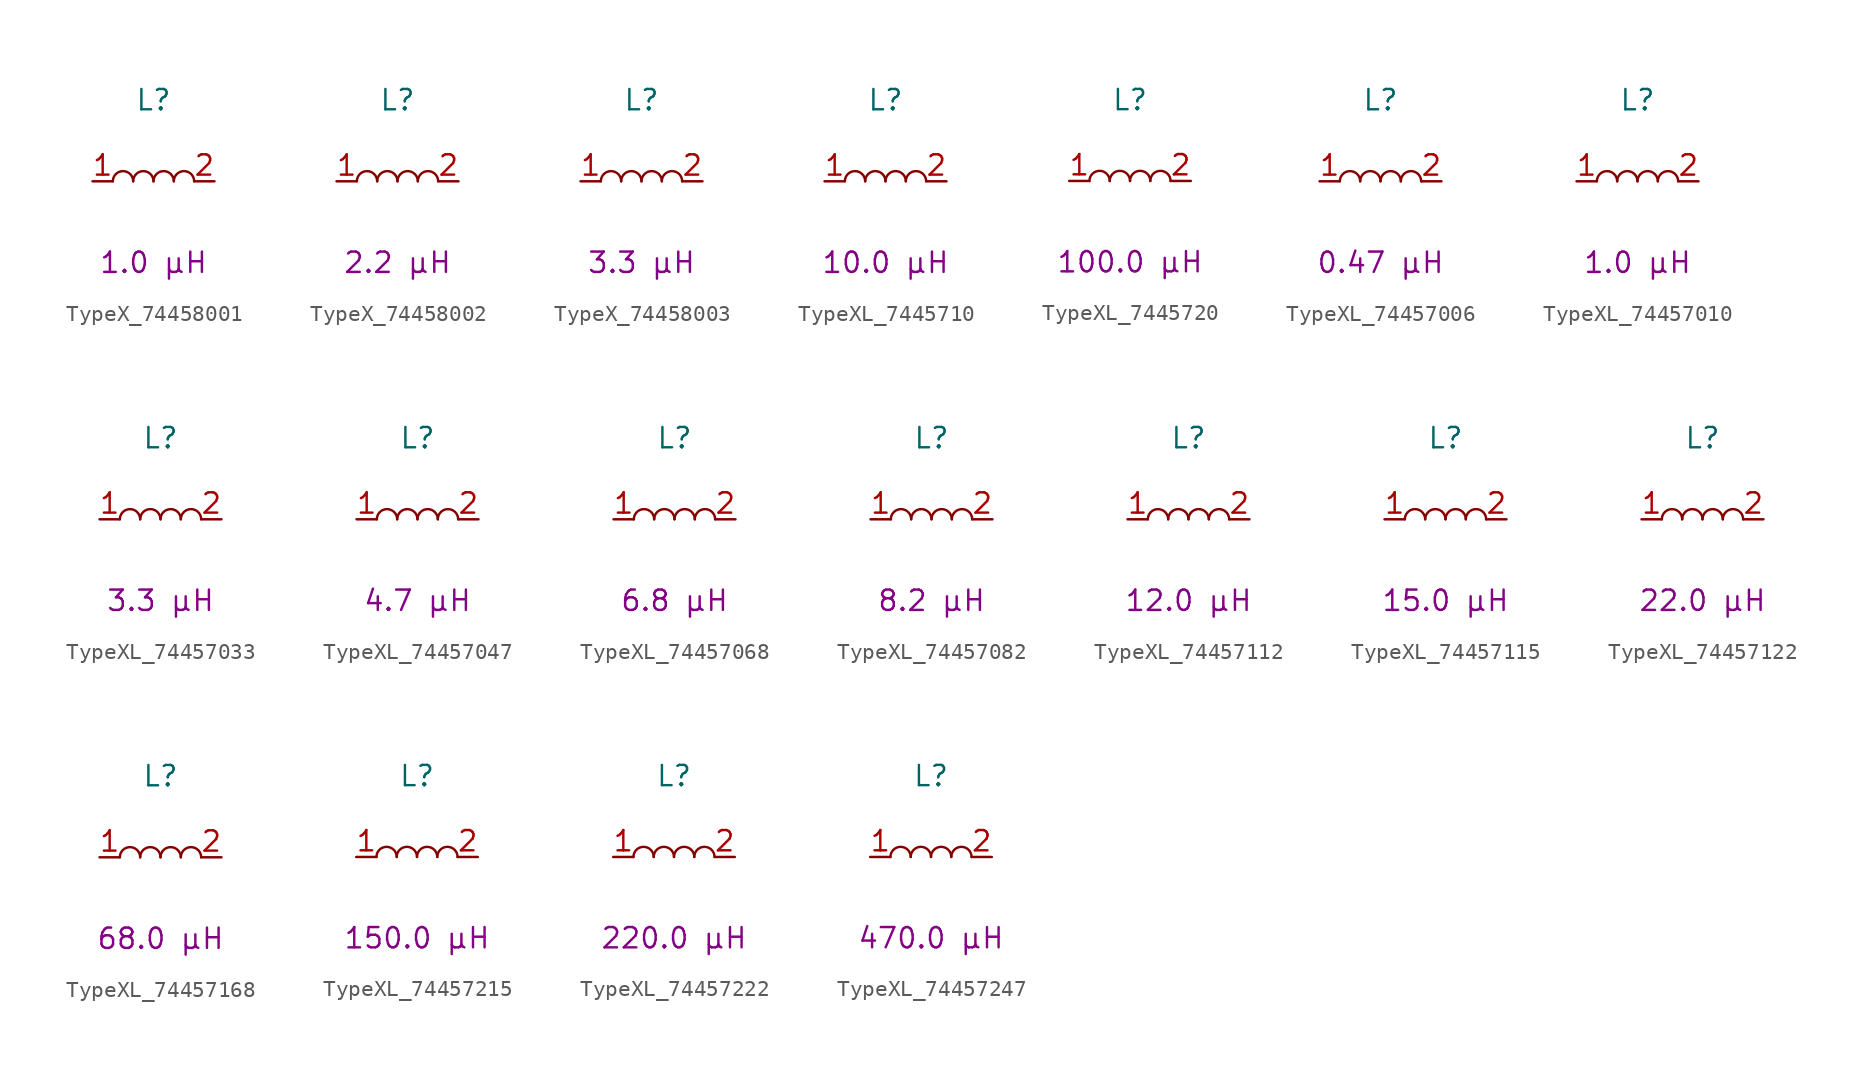
<source format=kicad_sym>
(kicad_symbol_lib
  (version 20220914)
  (generator kicad_symbol_editor)
  (symbol "TypeX_74458001"
    (pin_names hide)
    (property "Reference" "L"
      (at 0 5.08 0)
      (effects (font (size 1.27 1.27))))
    (property "Critical Parameter" "1.0 µH"
      (at 0 -5.08 0)
      (effects (font (size 1.27 1.27))))
    (symbol "TypeX_74458001_0_1"
      (arc (start -1.27 0) (mid -1.905 0.6323) (end -2.54 0) (stroke (width 0) (type default)) (fill (type none)))
      (arc (start 0 0) (mid -0.635 0.6323) (end -1.27 0) (stroke (width 0) (type default)) (fill (type none)))
      (arc (start 1.27 0) (mid 0.635 0.6323) (end 0 0) (stroke (width 0) (type default)) (fill (type none)))
      (arc (start 2.54 0) (mid 1.905 0.6323) (end 1.27 0) (stroke (width 0) (type default)) (fill (type none))))
    (symbol "TypeX_74458001_1_1"
      (pin passive line (at -3.81 0 0) (length 1.27) (name "1" (effects (font (size 1.27 1.27)))) (number "1" (effects (font (size 1.27 1.27)))))
      (pin passive line (at 3.81 0 180) (length 1.27) (name "2" (effects (font (size 1.27 1.27)))) (number "2" (effects (font (size 1.27 1.27)))))))
  (symbol "TypeX_74458002"
    (pin_names hide)
    (property "Reference" "L"
      (at 0 5.08 0)
      (effects (font (size 1.27 1.27))))
    (property "Critical Parameter" "2.2 µH"
      (at 0 -5.08 0)
      (effects (font (size 1.27 1.27))))
    (symbol "TypeX_74458002_0_1"
      (arc (start -1.27 0) (mid -1.905 0.6323) (end -2.54 0) (stroke (width 0) (type default)) (fill (type none)))
      (arc (start 0 0) (mid -0.635 0.6323) (end -1.27 0) (stroke (width 0) (type default)) (fill (type none)))
      (arc (start 1.27 0) (mid 0.635 0.6323) (end 0 0) (stroke (width 0) (type default)) (fill (type none)))
      (arc (start 2.54 0) (mid 1.905 0.6323) (end 1.27 0) (stroke (width 0) (type default)) (fill (type none))))
    (symbol "TypeX_74458002_1_1"
      (pin passive line (at -3.81 0 0) (length 1.27) (name "1" (effects (font (size 1.27 1.27)))) (number "1" (effects (font (size 1.27 1.27)))))
      (pin passive line (at 3.81 0 180) (length 1.27) (name "2" (effects (font (size 1.27 1.27)))) (number "2" (effects (font (size 1.27 1.27)))))))
  (symbol "TypeX_74458003"
    (pin_names hide)
    (property "Reference" "L"
      (at 0 5.08 0)
      (effects (font (size 1.27 1.27))))
    (property "Critical Parameter" "3.3 µH"
      (at 0 -5.08 0)
      (effects (font (size 1.27 1.27))))
    (symbol "TypeX_74458003_0_1"
      (arc (start -1.27 0) (mid -1.905 0.6323) (end -2.54 0) (stroke (width 0) (type default)) (fill (type none)))
      (arc (start 0 0) (mid -0.635 0.6323) (end -1.27 0) (stroke (width 0) (type default)) (fill (type none)))
      (arc (start 1.27 0) (mid 0.635 0.6323) (end 0 0) (stroke (width 0) (type default)) (fill (type none)))
      (arc (start 2.54 0) (mid 1.905 0.6323) (end 1.27 0) (stroke (width 0) (type default)) (fill (type none))))
    (symbol "TypeX_74458003_1_1"
      (pin passive line (at -3.81 0 0) (length 1.27) (name "1" (effects (font (size 1.27 1.27)))) (number "1" (effects (font (size 1.27 1.27)))))
      (pin passive line (at 3.81 0 180) (length 1.27) (name "2" (effects (font (size 1.27 1.27)))) (number "2" (effects (font (size 1.27 1.27)))))))
  (symbol "TypeXL_7445710"
    (pin_names hide)
    (property "Reference" "L"
      (at 0 5.08 0)
      (effects (font (size 1.27 1.27))))
    (property "Critical Parameter" "10.0 µH"
      (at 0 -5.08 0)
      (effects (font (size 1.27 1.27))))
    (symbol "TypeXL_7445710_0_1"
      (arc (start -1.27 0) (mid -1.905 0.6323) (end -2.54 0) (stroke (width 0) (type default)) (fill (type none)))
      (arc (start 0 0) (mid -0.635 0.6323) (end -1.27 0) (stroke (width 0) (type default)) (fill (type none)))
      (arc (start 1.27 0) (mid 0.635 0.6323) (end 0 0) (stroke (width 0) (type default)) (fill (type none)))
      (arc (start 2.54 0) (mid 1.905 0.6323) (end 1.27 0) (stroke (width 0) (type default)) (fill (type none))))
    (symbol "TypeXL_7445710_1_1"
      (pin passive line (at -3.81 0 0) (length 1.27) (name "1" (effects (font (size 1.27 1.27)))) (number "1" (effects (font (size 1.27 1.27)))))
      (pin passive line (at 3.81 0 180) (length 1.27) (name "2" (effects (font (size 1.27 1.27)))) (number "2" (effects (font (size 1.27 1.27)))))))
  (symbol "TypeXL_7445720"
    (pin_names hide)
    (property "Reference" "L"
      (at 0 5.08 0)
      (effects (font (size 1.27 1.27))))
    (property "Critical Parameter" "100.0 µH"
      (at 0 -5.08 0)
      (effects (font (size 1.27 1.27))))
    (symbol "TypeXL_7445720_0_1"
      (arc (start -1.27 0) (mid -1.905 0.6323) (end -2.54 0) (stroke (width 0) (type default)) (fill (type none)))
      (arc (start 0 0) (mid -0.635 0.6323) (end -1.27 0) (stroke (width 0) (type default)) (fill (type none)))
      (arc (start 1.27 0) (mid 0.635 0.6323) (end 0 0) (stroke (width 0) (type default)) (fill (type none)))
      (arc (start 2.54 0) (mid 1.905 0.6323) (end 1.27 0) (stroke (width 0) (type default)) (fill (type none))))
    (symbol "TypeXL_7445720_1_1"
      (pin passive line (at -3.81 0 0) (length 1.27) (name "1" (effects (font (size 1.27 1.27)))) (number "1" (effects (font (size 1.27 1.27)))))
      (pin passive line (at 3.81 0 180) (length 1.27) (name "2" (effects (font (size 1.27 1.27)))) (number "2" (effects (font (size 1.27 1.27)))))))
  (symbol "TypeXL_74457006"
    (pin_names hide)
    (property "Reference" "L"
      (at 0 5.08 0)
      (effects (font (size 1.27 1.27))))
    (property "Critical Parameter" "0.47 µH"
      (at 0 -5.08 0)
      (effects (font (size 1.27 1.27))))
    (symbol "TypeXL_74457006_0_1"
      (arc (start -1.27 0) (mid -1.905 0.6323) (end -2.54 0) (stroke (width 0) (type default)) (fill (type none)))
      (arc (start 0 0) (mid -0.635 0.6323) (end -1.27 0) (stroke (width 0) (type default)) (fill (type none)))
      (arc (start 1.27 0) (mid 0.635 0.6323) (end 0 0) (stroke (width 0) (type default)) (fill (type none)))
      (arc (start 2.54 0) (mid 1.905 0.6323) (end 1.27 0) (stroke (width 0) (type default)) (fill (type none))))
    (symbol "TypeXL_74457006_1_1"
      (pin passive line (at -3.81 0 0) (length 1.27) (name "1" (effects (font (size 1.27 1.27)))) (number "1" (effects (font (size 1.27 1.27)))))
      (pin passive line (at 3.81 0 180) (length 1.27) (name "2" (effects (font (size 1.27 1.27)))) (number "2" (effects (font (size 1.27 1.27)))))))
  (symbol "TypeXL_74457010"
    (pin_names hide)
    (property "Reference" "L"
      (at 0 5.08 0)
      (effects (font (size 1.27 1.27))))
    (property "Critical Parameter" "1.0 µH"
      (at 0 -5.08 0)
      (effects (font (size 1.27 1.27))))
    (symbol "TypeXL_74457010_0_1"
      (arc (start -1.27 0) (mid -1.905 0.6323) (end -2.54 0) (stroke (width 0) (type default)) (fill (type none)))
      (arc (start 0 0) (mid -0.635 0.6323) (end -1.27 0) (stroke (width 0) (type default)) (fill (type none)))
      (arc (start 1.27 0) (mid 0.635 0.6323) (end 0 0) (stroke (width 0) (type default)) (fill (type none)))
      (arc (start 2.54 0) (mid 1.905 0.6323) (end 1.27 0) (stroke (width 0) (type default)) (fill (type none))))
    (symbol "TypeXL_74457010_1_1"
      (pin passive line (at -3.81 0 0) (length 1.27) (name "1" (effects (font (size 1.27 1.27)))) (number "1" (effects (font (size 1.27 1.27)))))
      (pin passive line (at 3.81 0 180) (length 1.27) (name "2" (effects (font (size 1.27 1.27)))) (number "2" (effects (font (size 1.27 1.27)))))))
  (symbol "TypeXL_74457033"
    (pin_names hide)
    (property "Reference" "L"
      (at 0 5.08 0)
      (effects (font (size 1.27 1.27))))
    (property "Critical Parameter" "3.3 µH"
      (at 0 -5.08 0)
      (effects (font (size 1.27 1.27))))
    (symbol "TypeXL_74457033_0_1"
      (arc (start -1.27 0) (mid -1.905 0.6323) (end -2.54 0) (stroke (width 0) (type default)) (fill (type none)))
      (arc (start 0 0) (mid -0.635 0.6323) (end -1.27 0) (stroke (width 0) (type default)) (fill (type none)))
      (arc (start 1.27 0) (mid 0.635 0.6323) (end 0 0) (stroke (width 0) (type default)) (fill (type none)))
      (arc (start 2.54 0) (mid 1.905 0.6323) (end 1.27 0) (stroke (width 0) (type default)) (fill (type none))))
    (symbol "TypeXL_74457033_1_1"
      (pin passive line (at -3.81 0 0) (length 1.27) (name "1" (effects (font (size 1.27 1.27)))) (number "1" (effects (font (size 1.27 1.27)))))
      (pin passive line (at 3.81 0 180) (length 1.27) (name "2" (effects (font (size 1.27 1.27)))) (number "2" (effects (font (size 1.27 1.27)))))))
  (symbol "TypeXL_74457047"
    (pin_names hide)
    (property "Reference" "L"
      (at 0 5.08 0)
      (effects (font (size 1.27 1.27))))
    (property "Critical Parameter" "4.7 µH"
      (at 0 -5.08 0)
      (effects (font (size 1.27 1.27))))
    (symbol "TypeXL_74457047_0_1"
      (arc (start -1.27 0) (mid -1.905 0.6323) (end -2.54 0) (stroke (width 0) (type default)) (fill (type none)))
      (arc (start 0 0) (mid -0.635 0.6323) (end -1.27 0) (stroke (width 0) (type default)) (fill (type none)))
      (arc (start 1.27 0) (mid 0.635 0.6323) (end 0 0) (stroke (width 0) (type default)) (fill (type none)))
      (arc (start 2.54 0) (mid 1.905 0.6323) (end 1.27 0) (stroke (width 0) (type default)) (fill (type none))))
    (symbol "TypeXL_74457047_1_1"
      (pin passive line (at -3.81 0 0) (length 1.27) (name "1" (effects (font (size 1.27 1.27)))) (number "1" (effects (font (size 1.27 1.27)))))
      (pin passive line (at 3.81 0 180) (length 1.27) (name "2" (effects (font (size 1.27 1.27)))) (number "2" (effects (font (size 1.27 1.27)))))))
  (symbol "TypeXL_74457068"
    (pin_names hide)
    (property "Reference" "L"
      (at 0 5.08 0)
      (effects (font (size 1.27 1.27))))
    (property "Critical Parameter" "6.8 µH"
      (at 0 -5.08 0)
      (effects (font (size 1.27 1.27))))
    (symbol "TypeXL_74457068_0_1"
      (arc (start -1.27 0) (mid -1.905 0.6323) (end -2.54 0) (stroke (width 0) (type default)) (fill (type none)))
      (arc (start 0 0) (mid -0.635 0.6323) (end -1.27 0) (stroke (width 0) (type default)) (fill (type none)))
      (arc (start 1.27 0) (mid 0.635 0.6323) (end 0 0) (stroke (width 0) (type default)) (fill (type none)))
      (arc (start 2.54 0) (mid 1.905 0.6323) (end 1.27 0) (stroke (width 0) (type default)) (fill (type none))))
    (symbol "TypeXL_74457068_1_1"
      (pin passive line (at -3.81 0 0) (length 1.27) (name "1" (effects (font (size 1.27 1.27)))) (number "1" (effects (font (size 1.27 1.27)))))
      (pin passive line (at 3.81 0 180) (length 1.27) (name "2" (effects (font (size 1.27 1.27)))) (number "2" (effects (font (size 1.27 1.27)))))))
  (symbol "TypeXL_74457082"
    (pin_names hide)
    (property "Reference" "L"
      (at 0 5.08 0)
      (effects (font (size 1.27 1.27))))
    (property "Critical Parameter" "8.2 µH"
      (at 0 -5.08 0)
      (effects (font (size 1.27 1.27))))
    (symbol "TypeXL_74457082_0_1"
      (arc (start -1.27 0) (mid -1.905 0.6323) (end -2.54 0) (stroke (width 0) (type default)) (fill (type none)))
      (arc (start 0 0) (mid -0.635 0.6323) (end -1.27 0) (stroke (width 0) (type default)) (fill (type none)))
      (arc (start 1.27 0) (mid 0.635 0.6323) (end 0 0) (stroke (width 0) (type default)) (fill (type none)))
      (arc (start 2.54 0) (mid 1.905 0.6323) (end 1.27 0) (stroke (width 0) (type default)) (fill (type none))))
    (symbol "TypeXL_74457082_1_1"
      (pin passive line (at -3.81 0 0) (length 1.27) (name "1" (effects (font (size 1.27 1.27)))) (number "1" (effects (font (size 1.27 1.27)))))
      (pin passive line (at 3.81 0 180) (length 1.27) (name "2" (effects (font (size 1.27 1.27)))) (number "2" (effects (font (size 1.27 1.27)))))))
  (symbol "TypeXL_74457112"
    (pin_names hide)
    (property "Reference" "L"
      (at 0 5.08 0)
      (effects (font (size 1.27 1.27))))
    (property "Critical Parameter" "12.0 µH"
      (at 0 -5.08 0)
      (effects (font (size 1.27 1.27))))
    (symbol "TypeXL_74457112_0_1"
      (arc (start -1.27 0) (mid -1.905 0.6323) (end -2.54 0) (stroke (width 0) (type default)) (fill (type none)))
      (arc (start 0 0) (mid -0.635 0.6323) (end -1.27 0) (stroke (width 0) (type default)) (fill (type none)))
      (arc (start 1.27 0) (mid 0.635 0.6323) (end 0 0) (stroke (width 0) (type default)) (fill (type none)))
      (arc (start 2.54 0) (mid 1.905 0.6323) (end 1.27 0) (stroke (width 0) (type default)) (fill (type none))))
    (symbol "TypeXL_74457112_1_1"
      (pin passive line (at -3.81 0 0) (length 1.27) (name "1" (effects (font (size 1.27 1.27)))) (number "1" (effects (font (size 1.27 1.27)))))
      (pin passive line (at 3.81 0 180) (length 1.27) (name "2" (effects (font (size 1.27 1.27)))) (number "2" (effects (font (size 1.27 1.27)))))))
  (symbol "TypeXL_74457115"
    (pin_names hide)
    (property "Reference" "L"
      (at 0 5.08 0)
      (effects (font (size 1.27 1.27))))
    (property "Critical Parameter" "15.0 µH"
      (at 0 -5.08 0)
      (effects (font (size 1.27 1.27))))
    (symbol "TypeXL_74457115_0_1"
      (arc (start -1.27 0) (mid -1.905 0.6323) (end -2.54 0) (stroke (width 0) (type default)) (fill (type none)))
      (arc (start 0 0) (mid -0.635 0.6323) (end -1.27 0) (stroke (width 0) (type default)) (fill (type none)))
      (arc (start 1.27 0) (mid 0.635 0.6323) (end 0 0) (stroke (width 0) (type default)) (fill (type none)))
      (arc (start 2.54 0) (mid 1.905 0.6323) (end 1.27 0) (stroke (width 0) (type default)) (fill (type none))))
    (symbol "TypeXL_74457115_1_1"
      (pin passive line (at -3.81 0 0) (length 1.27) (name "1" (effects (font (size 1.27 1.27)))) (number "1" (effects (font (size 1.27 1.27)))))
      (pin passive line (at 3.81 0 180) (length 1.27) (name "2" (effects (font (size 1.27 1.27)))) (number "2" (effects (font (size 1.27 1.27)))))))
  (symbol "TypeXL_74457122"
    (pin_names hide)
    (property "Reference" "L"
      (at 0 5.08 0)
      (effects (font (size 1.27 1.27))))
    (property "Critical Parameter" "22.0 µH"
      (at 0 -5.08 0)
      (effects (font (size 1.27 1.27))))
    (symbol "TypeXL_74457122_0_1"
      (arc (start -1.27 0) (mid -1.905 0.6323) (end -2.54 0) (stroke (width 0) (type default)) (fill (type none)))
      (arc (start 0 0) (mid -0.635 0.6323) (end -1.27 0) (stroke (width 0) (type default)) (fill (type none)))
      (arc (start 1.27 0) (mid 0.635 0.6323) (end 0 0) (stroke (width 0) (type default)) (fill (type none)))
      (arc (start 2.54 0) (mid 1.905 0.6323) (end 1.27 0) (stroke (width 0) (type default)) (fill (type none))))
    (symbol "TypeXL_74457122_1_1"
      (pin passive line (at -3.81 0 0) (length 1.27) (name "1" (effects (font (size 1.27 1.27)))) (number "1" (effects (font (size 1.27 1.27)))))
      (pin passive line (at 3.81 0 180) (length 1.27) (name "2" (effects (font (size 1.27 1.27)))) (number "2" (effects (font (size 1.27 1.27)))))))
  (symbol "TypeXL_74457168"
    (pin_names hide)
    (property "Reference" "L"
      (at 0 5.08 0)
      (effects (font (size 1.27 1.27))))
    (property "Critical Parameter" "68.0 µH"
      (at 0 -5.08 0)
      (effects (font (size 1.27 1.27))))
    (symbol "TypeXL_74457168_0_1"
      (arc (start -1.27 0) (mid -1.905 0.6323) (end -2.54 0) (stroke (width 0) (type default)) (fill (type none)))
      (arc (start 0 0) (mid -0.635 0.6323) (end -1.27 0) (stroke (width 0) (type default)) (fill (type none)))
      (arc (start 1.27 0) (mid 0.635 0.6323) (end 0 0) (stroke (width 0) (type default)) (fill (type none)))
      (arc (start 2.54 0) (mid 1.905 0.6323) (end 1.27 0) (stroke (width 0) (type default)) (fill (type none))))
    (symbol "TypeXL_74457168_1_1"
      (pin passive line (at -3.81 0 0) (length 1.27) (name "1" (effects (font (size 1.27 1.27)))) (number "1" (effects (font (size 1.27 1.27)))))
      (pin passive line (at 3.81 0 180) (length 1.27) (name "2" (effects (font (size 1.27 1.27)))) (number "2" (effects (font (size 1.27 1.27)))))))
  (symbol "TypeXL_74457215"
    (pin_names hide)
    (property "Reference" "L"
      (at 0 5.08 0)
      (effects (font (size 1.27 1.27))))
    (property "Critical Parameter" "150.0 µH"
      (at 0 -5.08 0)
      (effects (font (size 1.27 1.27))))
    (symbol "TypeXL_74457215_0_1"
      (arc (start -1.27 0) (mid -1.905 0.6323) (end -2.54 0) (stroke (width 0) (type default)) (fill (type none)))
      (arc (start 0 0) (mid -0.635 0.6323) (end -1.27 0) (stroke (width 0) (type default)) (fill (type none)))
      (arc (start 1.27 0) (mid 0.635 0.6323) (end 0 0) (stroke (width 0) (type default)) (fill (type none)))
      (arc (start 2.54 0) (mid 1.905 0.6323) (end 1.27 0) (stroke (width 0) (type default)) (fill (type none))))
    (symbol "TypeXL_74457215_1_1"
      (pin passive line (at -3.81 0 0) (length 1.27) (name "1" (effects (font (size 1.27 1.27)))) (number "1" (effects (font (size 1.27 1.27)))))
      (pin passive line (at 3.81 0 180) (length 1.27) (name "2" (effects (font (size 1.27 1.27)))) (number "2" (effects (font (size 1.27 1.27)))))))
  (symbol "TypeXL_74457222"
    (pin_names hide)
    (property "Reference" "L"
      (at 0 5.08 0)
      (effects (font (size 1.27 1.27))))
    (property "Critical Parameter" "220.0 µH"
      (at 0 -5.08 0)
      (effects (font (size 1.27 1.27))))
    (symbol "TypeXL_74457222_0_1"
      (arc (start -1.27 0) (mid -1.905 0.6323) (end -2.54 0) (stroke (width 0) (type default)) (fill (type none)))
      (arc (start 0 0) (mid -0.635 0.6323) (end -1.27 0) (stroke (width 0) (type default)) (fill (type none)))
      (arc (start 1.27 0) (mid 0.635 0.6323) (end 0 0) (stroke (width 0) (type default)) (fill (type none)))
      (arc (start 2.54 0) (mid 1.905 0.6323) (end 1.27 0) (stroke (width 0) (type default)) (fill (type none))))
    (symbol "TypeXL_74457222_1_1"
      (pin passive line (at -3.81 0 0) (length 1.27) (name "1" (effects (font (size 1.27 1.27)))) (number "1" (effects (font (size 1.27 1.27)))))
      (pin passive line (at 3.81 0 180) (length 1.27) (name "2" (effects (font (size 1.27 1.27)))) (number "2" (effects (font (size 1.27 1.27)))))))
  (symbol "TypeXL_74457247"
    (pin_names hide)
    (property "Reference" "L"
      (at 0 5.08 0)
      (effects (font (size 1.27 1.27))))
    (property "Critical Parameter" "470.0 µH"
      (at 0 -5.08 0)
      (effects (font (size 1.27 1.27))))
    (symbol "TypeXL_74457247_0_1"
      (arc (start -1.27 0) (mid -1.905 0.6323) (end -2.54 0) (stroke (width 0) (type default)) (fill (type none)))
      (arc (start 0 0) (mid -0.635 0.6323) (end -1.27 0) (stroke (width 0) (type default)) (fill (type none)))
      (arc (start 1.27 0) (mid 0.635 0.6323) (end 0 0) (stroke (width 0) (type default)) (fill (type none)))
      (arc (start 2.54 0) (mid 1.905 0.6323) (end 1.27 0) (stroke (width 0) (type default)) (fill (type none))))
    (symbol "TypeXL_74457247_1_1"
      (pin passive line (at -3.81 0 0) (length 1.27) (name "1" (effects (font (size 1.27 1.27)))) (number "1" (effects (font (size 1.27 1.27)))))
      (pin passive line (at 3.81 0 180) (length 1.27) (name "2" (effects (font (size 1.27 1.27)))) (number "2" (effects (font (size 1.27 1.27))))))))
</source>
